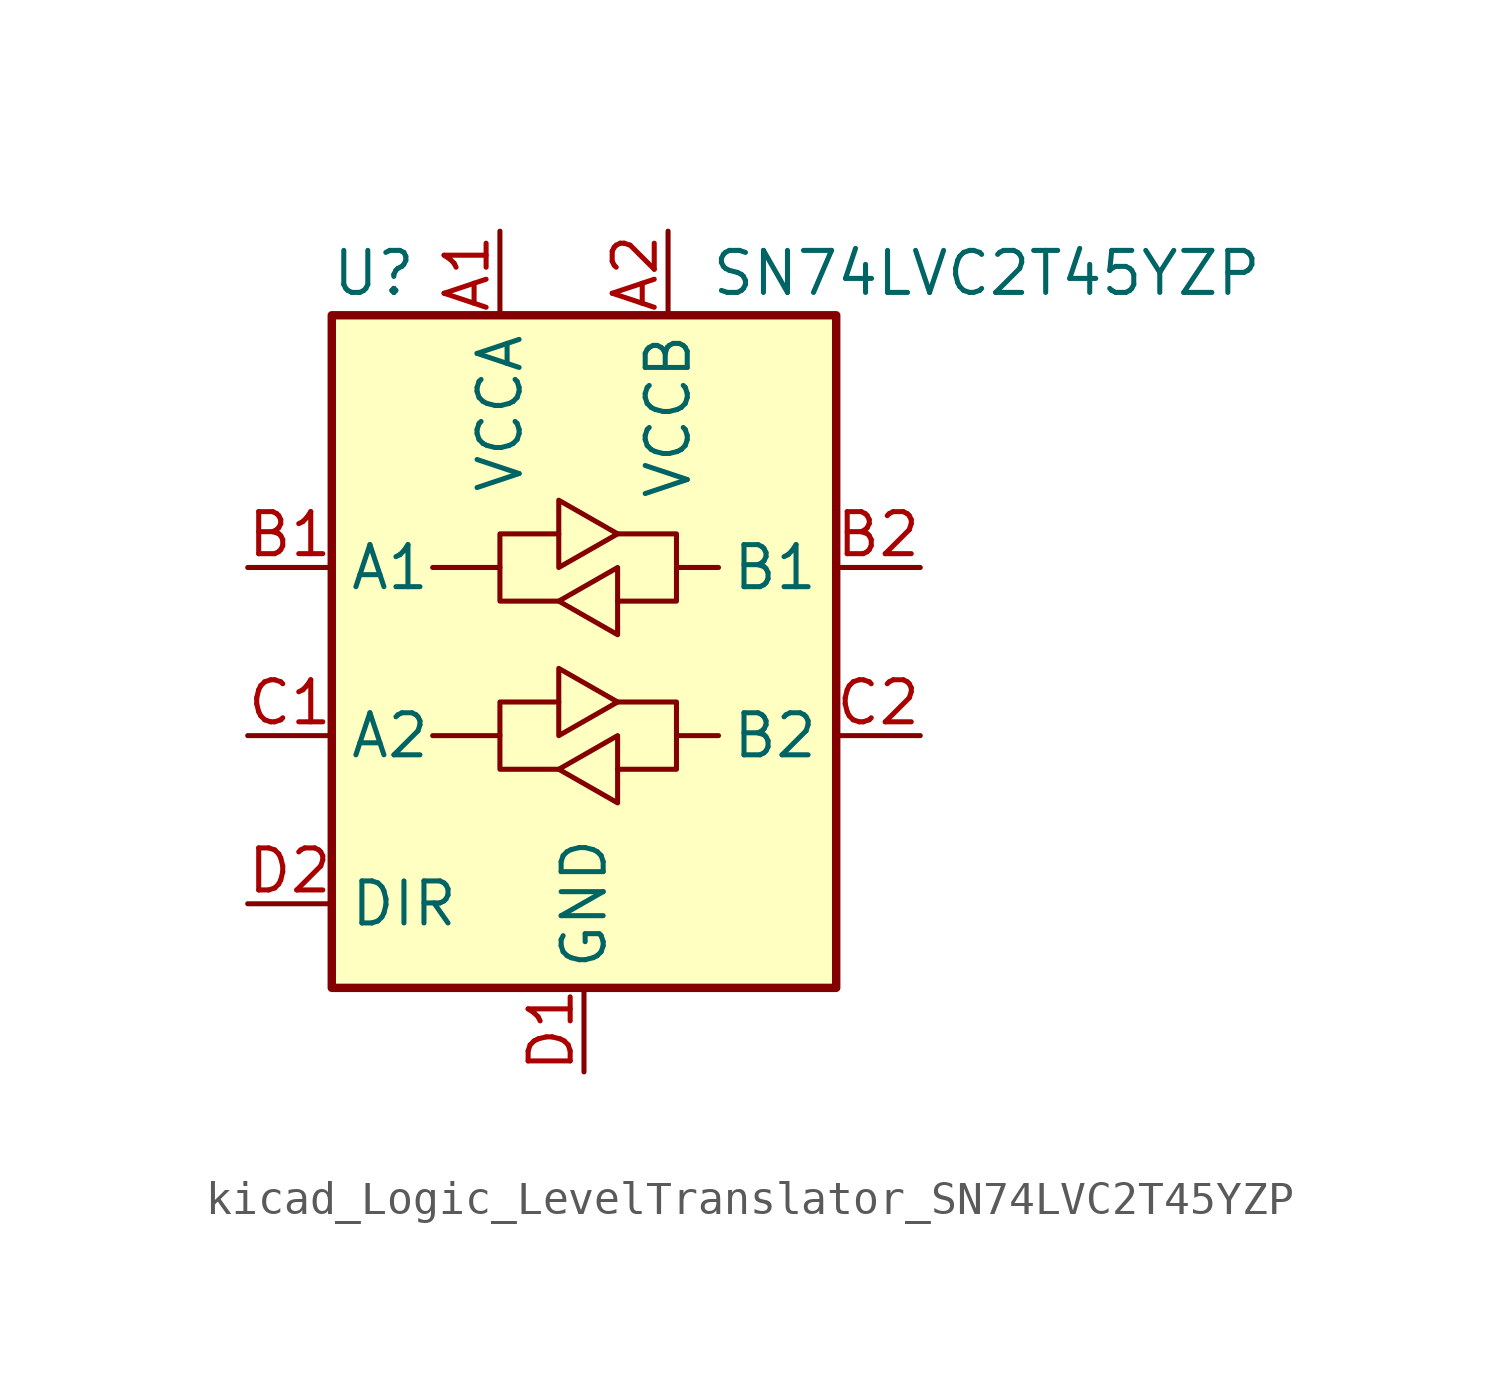
<source format=kicad_sym>
(kicad_symbol_lib
  (version 20220914)
  (generator kicad_symbol_editor)
  (symbol "kicad_Logic_LevelTranslator_SN74LVC2T45YZP"
    (property "Reference" "U"
      (at -6.35 11.43 0)
      (effects (font (size 1.27 1.27))))
    (property "Value" "SN74LVC2T45YZP"
      (at 3.81 11.43 0)
      (effects (font (size 1.27 1.27)) (justify left)))
    (symbol "kicad_Logic_LevelTranslator_SN74LVC2T45YZP_0_1"
      (rectangle (start -7.62 10.16) (end 7.62 -10.16) (stroke (width 0.254) (type default)) (fill (type background)))
      (polyline (pts (xy -2.54 2.54) (xy -2.54 3.556) (xy -0.762 3.556)) (stroke (width 0) (type default)) (fill (type none)))
      (polyline (pts (xy 2.794 2.54) (xy 2.794 1.524) (xy 1.016 1.524)) (stroke (width 0) (type default)) (fill (type none)))
      (polyline (pts (xy -0.762 1.524) (xy -2.54 1.524) (xy -2.54 2.54) (xy -4.572 2.54)) (stroke (width 0) (type default)) (fill (type none)))
      (polyline (pts (xy -0.762 2.54) (xy -0.762 4.572) (xy 1.016 3.556) (xy -0.762 2.54)) (stroke (width 0) (type default)) (fill (type none)))
      (polyline (pts (xy 1.016 3.556) (xy 2.794 3.556) (xy 2.794 2.54) (xy 4.064 2.54)) (stroke (width 0) (type default)) (fill (type none)))
      (polyline (pts (xy 1.016 2.54) (xy 1.016 0.762) (xy 1.016 0.508) (xy -0.762 1.524) (xy 1.016 2.54)) (stroke (width 0) (type default)) (fill (type none))))
    (symbol "kicad_Logic_LevelTranslator_SN74LVC2T45YZP_1_1"
      (polyline (pts (xy -2.54 -2.54) (xy -2.54 -1.524) (xy -0.762 -1.524)) (stroke (width 0) (type default)) (fill (type none)))
      (polyline (pts (xy 2.794 -2.54) (xy 2.794 -3.556) (xy 1.016 -3.556)) (stroke (width 0) (type default)) (fill (type none)))
      (polyline (pts (xy -0.762 -3.556) (xy -2.54 -3.556) (xy -2.54 -2.54) (xy -4.572 -2.54)) (stroke (width 0) (type default)) (fill (type none)))
      (polyline (pts (xy -0.762 -2.54) (xy -0.762 -0.508) (xy 1.016 -1.524) (xy -0.762 -2.54)) (stroke (width 0) (type default)) (fill (type none)))
      (polyline (pts (xy 1.016 -1.524) (xy 2.794 -1.524) (xy 2.794 -2.54) (xy 4.064 -2.54)) (stroke (width 0) (type default)) (fill (type none)))
      (polyline (pts (xy 1.016 -2.54) (xy 1.016 -4.318) (xy 1.016 -4.572) (xy -0.762 -3.556) (xy 1.016 -2.54)) (stroke (width 0) (type default)) (fill (type none)))
      (pin power_in line (at -2.54 12.7 270) (length 2.54) (name "VCCA" (effects (font (size 1.27 1.27)))) (number "A1" (effects (font (size 1.27 1.27)))))
      (pin power_in line (at 2.54 12.7 270) (length 2.54) (name "VCCB" (effects (font (size 1.27 1.27)))) (number "A2" (effects (font (size 1.27 1.27)))))
      (pin bidirectional line (at -10.16 2.54 0) (length 2.54) (name "A1" (effects (font (size 1.27 1.27)))) (number "B1" (effects (font (size 1.27 1.27)))))
      (pin bidirectional line (at 10.16 2.54 180) (length 2.54) (name "B1" (effects (font (size 1.27 1.27)))) (number "B2" (effects (font (size 1.27 1.27)))))
      (pin bidirectional line (at -10.16 -2.54 0) (length 2.54) (name "A2" (effects (font (size 1.27 1.27)))) (number "C1" (effects (font (size 1.27 1.27)))))
      (pin bidirectional line (at 10.16 -2.54 180) (length 2.54) (name "B2" (effects (font (size 1.27 1.27)))) (number "C2" (effects (font (size 1.27 1.27)))))
      (pin power_in line (at 0 -12.7 90) (length 2.54) (name "GND" (effects (font (size 1.27 1.27)))) (number "D1" (effects (font (size 1.27 1.27)))))
      (pin input line (at -10.16 -7.62 0) (length 2.54) (name "DIR" (effects (font (size 1.27 1.27)))) (number "D2" (effects (font (size 1.27 1.27))))))))
</source>
